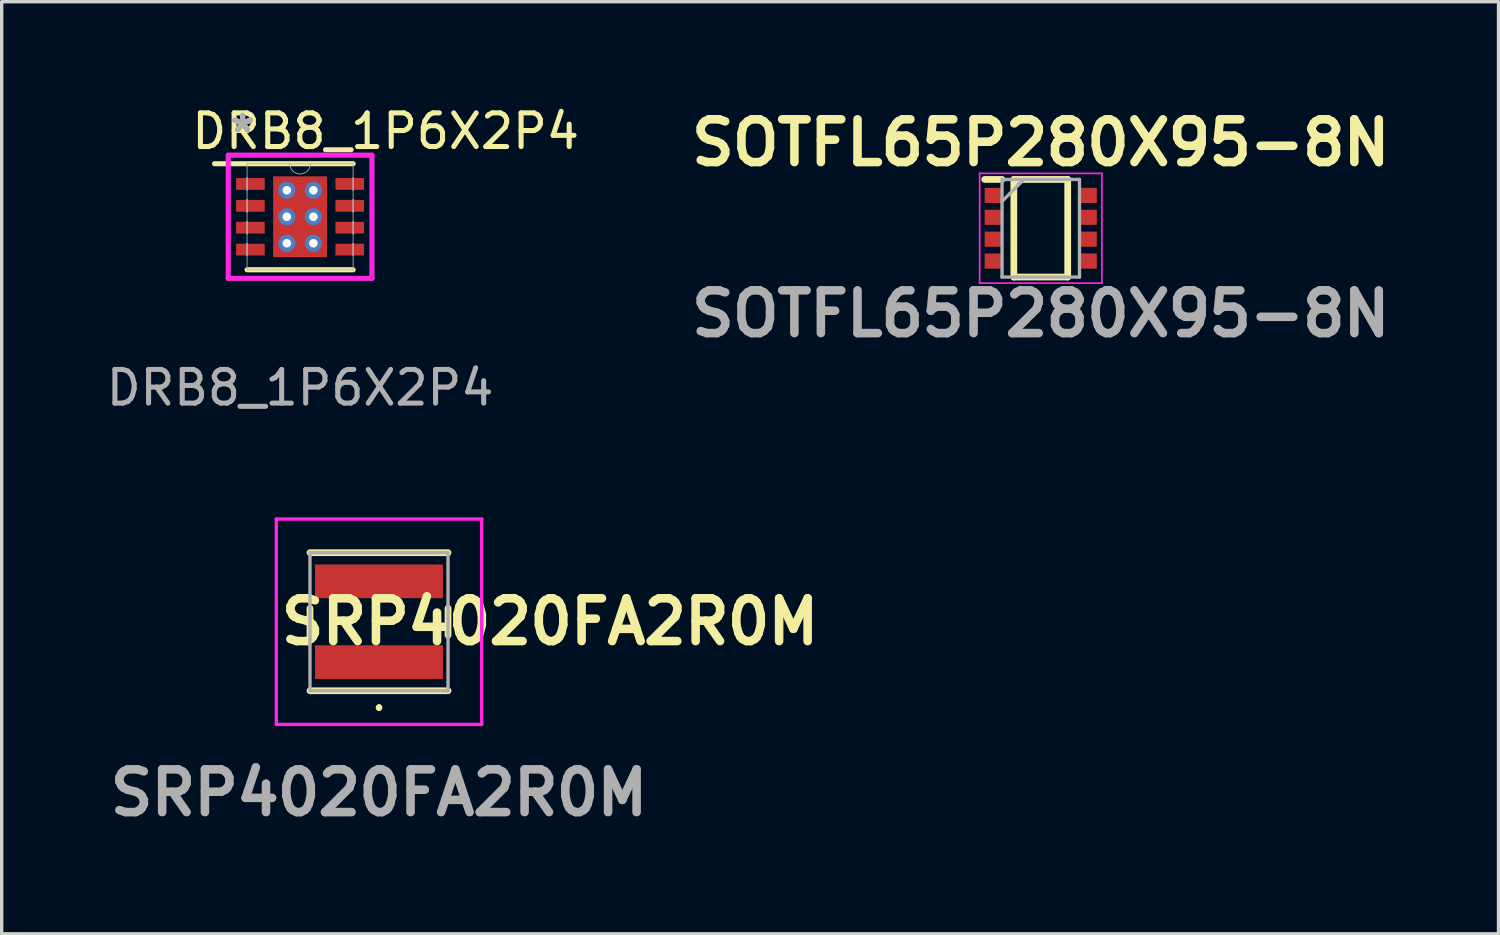
<source format=kicad_pcb>
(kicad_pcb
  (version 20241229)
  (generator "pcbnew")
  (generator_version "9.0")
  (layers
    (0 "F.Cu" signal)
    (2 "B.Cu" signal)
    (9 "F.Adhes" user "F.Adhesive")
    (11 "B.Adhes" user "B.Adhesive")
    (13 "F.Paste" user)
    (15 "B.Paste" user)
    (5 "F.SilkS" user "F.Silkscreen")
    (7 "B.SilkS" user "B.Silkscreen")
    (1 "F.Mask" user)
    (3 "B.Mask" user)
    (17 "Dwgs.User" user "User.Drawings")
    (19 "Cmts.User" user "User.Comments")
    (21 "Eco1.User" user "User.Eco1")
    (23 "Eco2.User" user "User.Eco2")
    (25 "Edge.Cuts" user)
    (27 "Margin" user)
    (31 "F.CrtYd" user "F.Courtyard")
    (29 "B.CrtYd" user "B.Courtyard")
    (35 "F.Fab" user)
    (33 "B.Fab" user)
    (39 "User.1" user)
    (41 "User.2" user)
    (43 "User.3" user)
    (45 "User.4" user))
  (footprint "DRB8_1P6X2P4"
    (layer "F.Cu")
    (at 5.863 3.388)
    (property "Reference" "DRB8_1P6X2P4" (at 2.54 -2.54 0) (unlocked yes) (layer "F.SilkS") (effects (font (size 1 1) (thickness 0.15))))
    (attr smd)
    (fp_poly (pts (xy -1.97 -1.22) (xy -1.97 -0.73) (xy -0.98 -0.73) (xy -0.98 -1.22)) (stroke (width 0) (type solid)) (fill yes) (layer "F.Mask"))
    (fp_poly (pts (xy -1.97 -0.57) (xy -1.97 -0.08) (xy -0.98 -0.08) (xy -0.98 -0.57)) (stroke (width 0) (type solid)) (fill yes) (layer "F.Mask"))
    (fp_poly (pts (xy -1.97 0.08) (xy -1.97 0.57) (xy -0.98 0.57) (xy -0.98 0.08)) (stroke (width 0) (type solid)) (fill yes) (layer "F.Mask"))
    (fp_poly (pts (xy -1.97 0.73) (xy -1.97 1.22) (xy -0.98 1.22) (xy -0.98 0.73)) (stroke (width 0) (type solid)) (fill yes) (layer "F.Mask"))
    (fp_poly (pts (xy -0.864 -1.264) (xy -0.594 -1.264) (xy -0.594 1.264) (xy -0.864 1.264)) (stroke (width 0) (type solid)) (fill yes) (layer "F.Mask"))
    (fp_poly (pts (xy -0.864 -1.264) (xy 0.864 -1.264) (xy 0.864 -0.987) (xy -0.864 -0.987)) (stroke (width 0) (type solid)) (fill yes) (layer "F.Mask"))
    (fp_poly (pts (xy -0.864 -0.587) (xy 0.864 -0.587) (xy 0.864 -0.2) (xy -0.864 -0.2)) (stroke (width 0) (type solid)) (fill yes) (layer "F.Mask"))
    (fp_poly (pts (xy -0.864 0.2) (xy 0.864 0.2) (xy 0.864 0.587) (xy -0.864 0.587)) (stroke (width 0) (type solid)) (fill yes) (layer "F.Mask"))
    (fp_poly (pts (xy -0.864 0.987) (xy 0.864 0.987) (xy 0.864 1.264) (xy -0.864 1.264)) (stroke (width 0) (type solid)) (fill yes) (layer "F.Mask"))
    (fp_poly (pts (xy 0.194 -1.264) (xy -0.194 -1.264) (xy -0.194 1.264) (xy 0.194 1.264)) (stroke (width 0) (type solid)) (fill yes) (layer "F.Mask"))
    (fp_poly (pts (xy 0.594 -1.264) (xy 0.864 -1.264) (xy 0.864 1.264) (xy 0.594 1.264)) (stroke (width 0) (type solid)) (fill yes) (layer "F.Mask"))
    (fp_poly (pts (xy 0.98 -1.22) (xy 0.98 -0.73) (xy 1.97 -0.73) (xy 1.97 -1.22)) (stroke (width 0) (type solid)) (fill yes) (layer "F.Mask"))
    (fp_poly (pts (xy 0.98 -0.57) (xy 0.98 -0.08) (xy 1.97 -0.08) (xy 1.97 -0.57)) (stroke (width 0) (type solid)) (fill yes) (layer "F.Mask"))
    (fp_poly (pts (xy 0.98 0.08) (xy 0.98 0.57) (xy 1.97 0.57) (xy 1.97 0.08)) (stroke (width 0) (type solid)) (fill yes) (layer "F.Mask"))
    (fp_poly (pts (xy 0.98 0.73) (xy 0.98 1.22) (xy 1.97 1.22) (xy 1.97 0.73)) (stroke (width 0) (type solid)) (fill yes) (layer "F.Mask"))
    (fp_line (start -1.575 1.575) (end 1.575 1.575) (stroke (width 0.152) (type solid)) (layer "F.SilkS"))
    (fp_line (start 1.575 -1.575) (end -2.54 -1.575) (stroke (width 0.152) (type solid)) (layer "F.SilkS"))
    (fp_poly (pts (xy -1.875 -1.125) (xy -1.875 -0.825) (xy -1.075 -0.825) (xy -1.075 -1.125)) (stroke (width 0) (type solid)) (fill yes) (layer "F.Paste"))
    (fp_poly (pts (xy -1.875 -0.475) (xy -1.875 -0.175) (xy -1.075 -0.175) (xy -1.075 -0.475)) (stroke (width 0) (type solid)) (fill yes) (layer "F.Paste"))
    (fp_poly (pts (xy -1.875 0.175) (xy -1.875 0.475) (xy -1.075 0.475) (xy -1.075 0.175)) (stroke (width 0) (type solid)) (fill yes) (layer "F.Paste"))
    (fp_poly (pts (xy -1.875 0.825) (xy -1.875 1.125) (xy -1.075 1.125) (xy -1.075 0.825)) (stroke (width 0) (type solid)) (fill yes) (layer "F.Paste"))
    (fp_poly (pts (xy 1.075 -1.125) (xy 1.075 -0.825) (xy 1.875 -0.825) (xy 1.875 -1.125)) (stroke (width 0) (type solid)) (fill yes) (layer "F.Paste"))
    (fp_poly (pts (xy 1.075 -0.475) (xy 1.075 -0.175) (xy 1.875 -0.175) (xy 1.875 -0.475)) (stroke (width 0) (type solid)) (fill yes) (layer "F.Paste"))
    (fp_poly (pts (xy 1.075 0.175) (xy 1.075 0.475) (xy 1.875 0.475) (xy 1.875 0.175)) (stroke (width 0) (type solid)) (fill yes) (layer "F.Paste"))
    (fp_poly (pts (xy 1.075 0.825) (xy 1.075 1.125) (xy 1.875 1.125) (xy 1.875 0.825)) (stroke (width 0) (type solid)) (fill yes) (layer "F.Paste"))
    (fp_poly (pts (xy -0.725 -1.125) (xy -0.725 -0.887) (xy -0.635 -0.887) (xy -0.494 -1.029) (xy -0.494 -1.125)) (stroke (width 0) (type solid)) (fill yes) (layer "F.Paste"))
    (fp_poly (pts (xy -0.725 0.887) (xy -0.725 1.125) (xy -0.494 1.125) (xy -0.494 1.029) (xy -0.635 0.887)) (stroke (width 0) (type solid)) (fill yes) (layer "F.Paste"))
    (fp_poly (pts (xy 0.494 -1.125) (xy 0.494 -1.029) (xy 0.635 -0.887) (xy 0.725 -0.887) (xy 0.725 -1.125)) (stroke (width 0) (type solid)) (fill yes) (layer "F.Paste"))
    (fp_poly (pts (xy 0.635 0.887) (xy 0.494 1.029) (xy 0.494 1.125) (xy 0.725 1.125) (xy 0.725 0.887)) (stroke (width 0) (type solid)) (fill yes) (layer "F.Paste"))
    (fp_poly (pts (xy -0.725 -0.687) (xy -0.725 -0.1) (xy -0.635 -0.1) (xy -0.494 -0.241) (xy -0.494 -0.546) (xy -0.635 -0.687)) (stroke (width 0) (type solid)) (fill yes) (layer "F.Paste"))
    (fp_poly (pts (xy -0.725 0.1) (xy -0.725 0.687) (xy -0.635 0.687) (xy -0.494 0.546) (xy -0.494 0.241) (xy -0.635 0.1)) (stroke (width 0) (type solid)) (fill yes) (layer "F.Paste"))
    (fp_poly (pts (xy -0.294 -1.125) (xy -0.294 -1.029) (xy -0.152 -0.887) (xy 0.152 -0.887) (xy 0.294 -1.029) (xy 0.294 -1.125)) (stroke (width 0) (type solid)) (fill yes) (layer "F.Paste"))
    (fp_poly (pts (xy -0.152 0.887) (xy -0.294 1.029) (xy -0.294 1.125) (xy 0.294 1.125) (xy 0.294 1.029) (xy 0.152 0.887)) (stroke (width 0) (type solid)) (fill yes) (layer "F.Paste"))
    (fp_poly (pts (xy 0.635 -0.687) (xy 0.494 -0.546) (xy 0.494 -0.241) (xy 0.635 -0.1) (xy 0.725 -0.1) (xy 0.725 -0.687)) (stroke (width 0) (type solid)) (fill yes) (layer "F.Paste"))
    (fp_poly (pts (xy 0.635 0.1) (xy 0.494 0.241) (xy 0.494 0.546) (xy 0.635 0.687) (xy 0.725 0.687) (xy 0.725 0.1)) (stroke (width 0) (type solid)) (fill yes) (layer "F.Paste"))
    (fp_poly (pts (xy -0.152 -0.687) (xy -0.294 -0.546) (xy -0.294 -0.241) (xy -0.152 -0.1) (xy 0.152 -0.1) (xy 0.294 -0.241) (xy 0.294 -0.546) (xy 0.152 -0.687)) (stroke (width 0) (type solid)) (fill yes) (layer "F.Paste"))
    (fp_poly (pts (xy -0.152 0.1) (xy -0.294 0.241) (xy -0.294 0.546) (xy -0.152 0.687) (xy 0.152 0.687) (xy 0.294 0.546) (xy 0.294 0.241) (xy 0.152 0.1)) (stroke (width 0) (type solid)) (fill yes) (layer "F.Paste"))
    (fp_line (start -2.134 -1.829) (end 2.134 -1.829) (stroke (width 0.152) (type solid)) (layer "F.CrtYd"))
    (fp_line (start -2.134 1.829) (end -2.134 -1.829) (stroke (width 0.152) (type solid)) (layer "F.CrtYd"))
    (fp_line (start 2.134 -1.829) (end 2.134 1.829) (stroke (width 0.152) (type solid)) (layer "F.CrtYd"))
    (fp_line (start 2.134 1.829) (end -2.134 1.829) (stroke (width 0.152) (type solid)) (layer "F.CrtYd"))
    (fp_line (start -1.575 -1.575) (end -1.575 1.575) (stroke (width 0.025) (type solid)) (layer "F.Fab"))
    (fp_line (start -1.575 -1.16) (end -1.575 -1.16) (stroke (width 0.025) (type solid)) (layer "F.Fab"))
    (fp_line (start -1.575 -1.16) (end -1.575 -0.79) (stroke (width 0.025) (type solid)) (layer "F.Fab"))
    (fp_line (start -1.575 -0.79) (end -1.575 -1.16) (stroke (width 0.025) (type solid)) (layer "F.Fab"))
    (fp_line (start -1.575 -0.79) (end -1.575 -0.79) (stroke (width 0.025) (type solid)) (layer "F.Fab"))
    (fp_line (start -1.575 -0.51) (end -1.575 -0.51) (stroke (width 0.025) (type solid)) (layer "F.Fab"))
    (fp_line (start -1.575 -0.51) (end -1.575 -0.14) (stroke (width 0.025) (type solid)) (layer "F.Fab"))
    (fp_line (start -1.575 -0.14) (end -1.575 -0.51) (stroke (width 0.025) (type solid)) (layer "F.Fab"))
    (fp_line (start -1.575 -0.14) (end -1.575 -0.14) (stroke (width 0.025) (type solid)) (layer "F.Fab"))
    (fp_line (start -1.575 0.14) (end -1.575 0.14) (stroke (width 0.025) (type solid)) (layer "F.Fab"))
    (fp_line (start -1.575 0.14) (end -1.575 0.51) (stroke (width 0.025) (type solid)) (layer "F.Fab"))
    (fp_line (start -1.575 0.51) (end -1.575 0.14) (stroke (width 0.025) (type solid)) (layer "F.Fab"))
    (fp_line (start -1.575 0.51) (end -1.575 0.51) (stroke (width 0.025) (type solid)) (layer "F.Fab"))
    (fp_line (start -1.575 0.79) (end -1.575 0.79) (stroke (width 0.025) (type solid)) (layer "F.Fab"))
    (fp_line (start -1.575 0.79) (end -1.575 1.16) (stroke (width 0.025) (type solid)) (layer "F.Fab"))
    (fp_line (start -1.575 1.16) (end -1.575 0.79) (stroke (width 0.025) (type solid)) (layer "F.Fab"))
    (fp_line (start -1.575 1.16) (end -1.575 1.16) (stroke (width 0.025) (type solid)) (layer "F.Fab"))
    (fp_line (start -1.575 1.575) (end 1.575 1.575) (stroke (width 0.025) (type solid)) (layer "F.Fab"))
    (fp_line (start 1.575 -1.575) (end -1.575 -1.575) (stroke (width 0.025) (type solid)) (layer "F.Fab"))
    (fp_line (start 1.575 -1.16) (end 1.575 -1.16) (stroke (width 0.025) (type solid)) (layer "F.Fab"))
    (fp_line (start 1.575 -1.16) (end 1.575 -0.79) (stroke (width 0.025) (type solid)) (layer "F.Fab"))
    (fp_line (start 1.575 -0.79) (end 1.575 -1.16) (stroke (width 0.025) (type solid)) (layer "F.Fab"))
    (fp_line (start 1.575 -0.79) (end 1.575 -0.79) (stroke (width 0.025) (type solid)) (layer "F.Fab"))
    (fp_line (start 1.575 -0.51) (end 1.575 -0.51) (stroke (width 0.025) (type solid)) (layer "F.Fab"))
    (fp_line (start 1.575 -0.51) (end 1.575 -0.14) (stroke (width 0.025) (type solid)) (layer "F.Fab"))
    (fp_line (start 1.575 -0.14) (end 1.575 -0.51) (stroke (width 0.025) (type solid)) (layer "F.Fab"))
    (fp_line (start 1.575 -0.14) (end 1.575 -0.14) (stroke (width 0.025) (type solid)) (layer "F.Fab"))
    (fp_line (start 1.575 0.14) (end 1.575 0.14) (stroke (width 0.025) (type solid)) (layer "F.Fab"))
    (fp_line (start 1.575 0.14) (end 1.575 0.51) (stroke (width 0.025) (type solid)) (layer "F.Fab"))
    (fp_line (start 1.575 0.51) (end 1.575 0.14) (stroke (width 0.025) (type solid)) (layer "F.Fab"))
    (fp_line (start 1.575 0.51) (end 1.575 0.51) (stroke (width 0.025) (type solid)) (layer "F.Fab"))
    (fp_line (start 1.575 0.79) (end 1.575 0.79) (stroke (width 0.025) (type solid)) (layer "F.Fab"))
    (fp_line (start 1.575 0.79) (end 1.575 1.16) (stroke (width 0.025) (type solid)) (layer "F.Fab"))
    (fp_line (start 1.575 1.16) (end 1.575 0.79) (stroke (width 0.025) (type solid)) (layer "F.Fab"))
    (fp_line (start 1.575 1.16) (end 1.575 1.16) (stroke (width 0.025) (type solid)) (layer "F.Fab"))
    (fp_line (start 1.575 1.575) (end 1.575 -1.575) (stroke (width 0.025) (type solid)) (layer "F.Fab"))
    (fp_arc (start 0.3048 -1.574999) (mid 0 -1.270199) (end -0.3048 -1.574999) (stroke (width 0.0254) (type solid)) (layer "F.Fab"))
    (fp_text user "*" (at -1.709 -2.468 0) (unlocked yes) (layer "F.SilkS") (effects (font (size 1 1) (thickness 0.15))))
    (fp_text user "*" (at -1.709 -2.468 0) (layer "F.SilkS") (effects (font (size 1 1) (thickness 0.15))))
    (fp_text user "${REFERENCE}" (at 0 5.08 0) (unlocked yes) (layer "F.Fab") (effects (font (size 1 1) (thickness 0.15))))
    (fp_text user "*" (at -1.709 -2.468 0) (layer "F.Fab") (effects (font (size 1 1) (thickness 0.15))))
    (fp_text user "*" (at -1.709 -2.468 0) (unlocked yes) (layer "F.Fab") (effects (font (size 1 1) (thickness 0.15))))
    (pad "1" smd rect (at -1.475 -0.975) (size 0.85 0.35) (layers "F.Cu" "F.Mask"))
    (pad "2" smd rect (at -1.475 -0.325) (size 0.85 0.35) (layers "F.Cu" "F.Mask"))
    (pad "3" smd rect (at -1.475 0.325) (size 0.85 0.35) (layers "F.Cu" "F.Mask"))
    (pad "4" smd rect (at -1.475 0.975) (size 0.85 0.35) (layers "F.Cu" "F.Mask"))
    (pad "5" smd rect (at 1.475 0.975) (size 0.85 0.35) (layers "F.Cu" "F.Mask"))
    (pad "6" smd rect (at 1.475 0.325) (size 0.85 0.35) (layers "F.Cu" "F.Mask"))
    (pad "7" smd rect (at 1.475 -0.325) (size 0.85 0.35) (layers "F.Cu" "F.Mask"))
    (pad "8" smd rect (at 1.475 -0.975) (size 0.85 0.35) (layers "F.Cu" "F.Mask"))
    (pad "9" smd rect (at 0 0) (size 1.6 2.4) (layers "F.Cu"))
    (pad "V" thru_hole circle (at -0.394 -0.787) (size 0.508 0.508) (drill 0.254) (layers "*.Cu" "*.Mask"))
    (pad "V" thru_hole circle (at -0.394 0) (size 0.508 0.508) (drill 0.254) (layers "*.Cu" "*.Mask"))
    (pad "V" thru_hole circle (at -0.394 0.787) (size 0.508 0.508) (drill 0.254) (layers "*.Cu" "*.Mask"))
    (pad "V" thru_hole circle (at 0.394 -0.787) (size 0.508 0.508) (drill 0.254) (layers "*.Cu" "*.Mask"))
    (pad "V" thru_hole circle (at 0.394 0) (size 0.508 0.508) (drill 0.254) (layers "*.Cu" "*.Mask"))
    (pad "V" thru_hole circle (at 0.394 0.787) (size 0.508 0.508) (drill 0.254) (layers "*.Cu" "*.Mask")))
  (footprint "SRP4020FA2R0M"
    (layer "F.Cu")
    (at 8.207 15.416)
    (property "Reference" "SRP4020FA2R0M" (at 5.08 0 0) (layer "F.SilkS") (effects (font (size 1.27 1.27) (thickness 0.254))))
    (attr smd)
    (fp_line (start -2.05 -2.05) (end 2.05 -2.05) (stroke (width 0.2) (type solid)) (layer "F.SilkS"))
    (fp_line (start -2.05 0.4) (end -2.05 -0.4) (stroke (width 0.2) (type solid)) (layer "F.SilkS"))
    (fp_line (start -2.05 2.05) (end 2.05 2.05) (stroke (width 0.2) (type solid)) (layer "F.SilkS"))
    (fp_line (start 0 2.5) (end 0 2.5) (stroke (width 0.1) (type solid)) (layer "F.SilkS"))
    (fp_line (start 0 2.6) (end 0 2.6) (stroke (width 0.1) (type solid)) (layer "F.SilkS"))
    (fp_line (start 2.05 0.4) (end 2.05 -0.4) (stroke (width 0.2) (type solid)) (layer "F.SilkS"))
    (fp_arc (start 0 2.5) (mid 0.05 2.55) (end 0 2.6) (stroke (width 0.1) (type solid)) (layer "F.SilkS"))
    (fp_arc (start 0 2.6) (mid -0.05 2.55) (end 0 2.5) (stroke (width 0.1) (type solid)) (layer "F.SilkS"))
    (fp_line (start -3.05 -3.05) (end -3.05 3.05) (stroke (width 0.1) (type solid)) (layer "F.CrtYd"))
    (fp_line (start -3.05 3.05) (end 3.05 3.05) (stroke (width 0.1) (type solid)) (layer "F.CrtYd"))
    (fp_line (start 3.05 -3.05) (end -3.05 -3.05) (stroke (width 0.1) (type solid)) (layer "F.CrtYd"))
    (fp_line (start 3.05 3.05) (end 3.05 -3.05) (stroke (width 0.1) (type solid)) (layer "F.CrtYd"))
    (fp_line (start -2.05 -2.05) (end 2.05 -2.05) (stroke (width 0.1) (type solid)) (layer "F.Fab"))
    (fp_line (start -2.05 2.05) (end -2.05 -2.05) (stroke (width 0.1) (type solid)) (layer "F.Fab"))
    (fp_line (start 2.05 -2.05) (end 2.05 2.05) (stroke (width 0.1) (type solid)) (layer "F.Fab"))
    (fp_line (start 2.05 2.05) (end -2.05 2.05) (stroke (width 0.1) (type solid)) (layer "F.Fab"))
    (fp_text user "${REFERENCE}" (at 0 5.08 0) (layer "F.Fab") (effects (font (size 1.27 1.27) (thickness 0.254))))
    (pad "1" smd rect (at 0 1.2 90) (size 1 3.8) (layers "F.Cu" "F.Mask" "F.Paste"))
    (pad "2" smd rect (at 0 -1.2 90) (size 1 3.8) (layers "F.Cu" "F.Mask" "F.Paste")))
  (footprint "SOTFL65P280X95-8N"
    (layer "F.Cu")
    (at 27.862 3.729)
    (property "Reference" "SOTFL65P280X95-8N" (at 0 -2.54 0) (layer "F.SilkS") (effects (font (size 1.27 1.27) (thickness 0.254))))
    (attr smd)
    (fp_line (start -1.665 -1.45) (end -1.15 -1.45) (stroke (width 0.2) (type solid)) (layer "F.SilkS"))
    (fp_line (start -0.8 -1.45) (end 0.8 -1.45) (stroke (width 0.2) (type solid)) (layer "F.SilkS"))
    (fp_line (start -0.8 1.45) (end -0.8 -1.45) (stroke (width 0.2) (type solid)) (layer "F.SilkS"))
    (fp_line (start 0.8 -1.45) (end 0.8 1.45) (stroke (width 0.2) (type solid)) (layer "F.SilkS"))
    (fp_line (start 0.8 1.45) (end -0.8 1.45) (stroke (width 0.2) (type solid)) (layer "F.SilkS"))
    (fp_line (start -1.815 -1.63) (end 1.815 -1.63) (stroke (width 0.05) (type solid)) (layer "F.CrtYd"))
    (fp_line (start -1.815 1.63) (end -1.815 -1.63) (stroke (width 0.05) (type solid)) (layer "F.CrtYd"))
    (fp_line (start 1.815 -1.63) (end 1.815 1.63) (stroke (width 0.05) (type solid)) (layer "F.CrtYd"))
    (fp_line (start 1.815 1.63) (end -1.815 1.63) (stroke (width 0.05) (type solid)) (layer "F.CrtYd"))
    (fp_line (start -1.15 -1.45) (end 1.15 -1.45) (stroke (width 0.1) (type solid)) (layer "F.Fab"))
    (fp_line (start -1.15 -0.8) (end -0.5 -1.45) (stroke (width 0.1) (type solid)) (layer "F.Fab"))
    (fp_line (start -1.15 1.45) (end -1.15 -1.45) (stroke (width 0.1) (type solid)) (layer "F.Fab"))
    (fp_line (start 1.15 -1.45) (end 1.15 1.45) (stroke (width 0.1) (type solid)) (layer "F.Fab"))
    (fp_line (start 1.15 1.45) (end -1.15 1.45) (stroke (width 0.1) (type solid)) (layer "F.Fab"))
    (fp_text user "${REFERENCE}" (at 0 2.54 0) (layer "F.Fab") (effects (font (size 1.27 1.27) (thickness 0.254))))
    (pad "1" smd rect (at -1.408 -0.975 90) (size 0.45 0.515) (layers "F.Cu" "F.Mask" "F.Paste"))
    (pad "2" smd rect (at -1.408 -0.325 90) (size 0.45 0.515) (layers "F.Cu" "F.Mask" "F.Paste"))
    (pad "3" smd rect (at -1.408 0.325 90) (size 0.45 0.515) (layers "F.Cu" "F.Mask" "F.Paste"))
    (pad "4" smd rect (at -1.408 0.975 90) (size 0.45 0.515) (layers "F.Cu" "F.Mask" "F.Paste"))
    (pad "5" smd rect (at 1.408 0.975 90) (size 0.45 0.515) (layers "F.Cu" "F.Mask" "F.Paste"))
    (pad "6" smd rect (at 1.408 0.325 90) (size 0.45 0.515) (layers "F.Cu" "F.Mask" "F.Paste"))
    (pad "7" smd rect (at 1.408 -0.325 90) (size 0.45 0.515) (layers "F.Cu" "F.Mask" "F.Paste"))
    (pad "8" smd rect (at 1.408 -0.975 90) (size 0.45 0.515) (layers "F.Cu" "F.Mask" "F.Paste")))
  (gr_rect
    (start -3 -3)
    (end 41.457 24.685)
    (stroke (width 0.1) (type default))
    (fill no)
    (layer "Edge.Cuts")))
</source>
